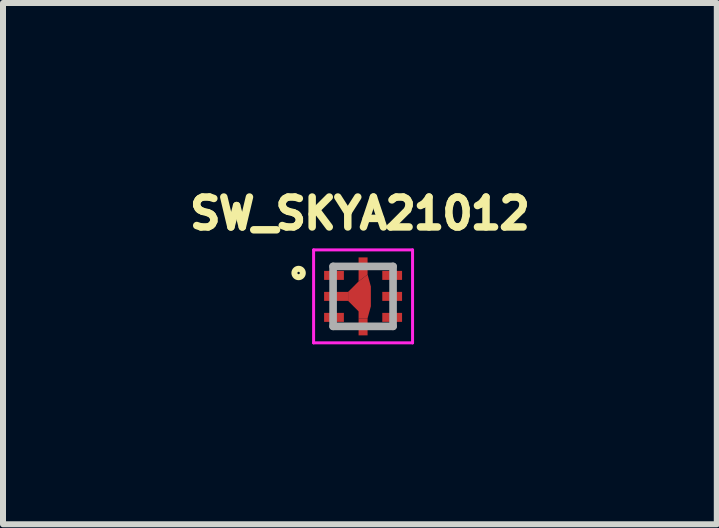
<source format=kicad_pcb>
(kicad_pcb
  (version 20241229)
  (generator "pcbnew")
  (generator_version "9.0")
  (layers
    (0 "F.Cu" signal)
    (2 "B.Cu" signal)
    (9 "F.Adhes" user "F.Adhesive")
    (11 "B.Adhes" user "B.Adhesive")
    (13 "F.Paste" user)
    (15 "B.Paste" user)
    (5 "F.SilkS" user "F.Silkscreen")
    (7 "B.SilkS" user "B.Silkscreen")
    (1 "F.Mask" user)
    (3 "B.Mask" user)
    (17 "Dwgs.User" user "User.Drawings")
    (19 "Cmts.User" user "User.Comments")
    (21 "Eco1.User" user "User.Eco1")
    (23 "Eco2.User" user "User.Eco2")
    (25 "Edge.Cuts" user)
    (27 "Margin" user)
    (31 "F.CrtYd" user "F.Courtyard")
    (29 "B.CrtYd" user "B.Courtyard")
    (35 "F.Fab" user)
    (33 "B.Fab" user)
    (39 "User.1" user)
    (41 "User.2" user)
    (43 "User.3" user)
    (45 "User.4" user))
  (footprint "SW_SKYA21012"
    (layer "F.Cu")
    (at 3.004 1.892)
    (property "Reference" "SW_SKYA21012" (at -0.053 -1.382 0) (layer "F.SilkS") (effects (font (size 0.499 0.499) (thickness 0.15))))
    (attr through_hole)
    (fp_poly (pts (xy 0.075 -0.365) (xy 0.13 -0.165) (xy 0.13 0.165) (xy 0.075 0.365) (xy -0.075 0.365) (xy -0.075 0.25) (xy -0.25 0.075) (xy -0.25 -0.075) (xy -0.162 -0.162) (xy -0.075 -0.25) (xy 0.075 -0.365)) (stroke (width 0) (type solid)) (fill yes) (layer "F.Cu"))
    (fp_poly (pts (xy -0.1 -0.675) (xy 0.1 -0.675) (xy 0.1 -0.375) (xy 0.15 -0.175) (xy 0.15 0.175) (xy 0.1 0.375) (xy 0.1 0.675) (xy -0.1 0.675) (xy -0.1 0.25) (xy -0.25 0.1) (xy -0.675 0.1) (xy -0.675 -0.1) (xy -0.275 -0.1) (xy -0.25 -0.1) (xy -0.1 -0.25)) (stroke (width 0.001) (type solid)) (fill yes) (layer "F.Mask"))
    (fp_circle (center -1.075 -0.39) (end -1.005 -0.39) (stroke (width 0.1) (type solid)) (fill no) (layer "F.SilkS"))
    (fp_poly (pts (xy -0.25 -0.075) (xy -0.65 -0.075) (xy -0.65 0.075) (xy -0.25 0.075)) (stroke (width 0) (type solid)) (fill yes) (layer "F.Paste"))
    (fp_poly (pts (xy -0.075 -0.65) (xy 0.075 -0.65) (xy 0.075 -0.365) (xy -0.075 -0.25)) (stroke (width 0) (type solid)) (fill yes) (layer "F.Paste"))
    (fp_poly (pts (xy 0.075 0.65) (xy -0.075 0.65) (xy -0.075 0.365) (xy 0.075 0.365)) (stroke (width 0) (type solid)) (fill yes) (layer "F.Paste"))
    (fp_poly (pts (xy 0.075 -0.365) (xy 0.13 -0.165) (xy 0.13 0.165) (xy 0.075 0.365) (xy -0.075 0.365) (xy -0.075 0.25) (xy -0.25 0.075) (xy -0.25 -0.075) (xy -0.162 -0.162) (xy -0.075 -0.25) (xy 0.075 -0.365)) (stroke (width 0) (type solid)) (fill yes) (layer "F.Paste"))
    (fp_line (start -0.825 -0.775) (end 0.825 -0.775) (stroke (width 0.05) (type solid)) (layer "F.CrtYd"))
    (fp_line (start -0.825 0.775) (end -0.825 -0.775) (stroke (width 0.05) (type solid)) (layer "F.CrtYd"))
    (fp_line (start 0.825 -0.775) (end 0.825 0.775) (stroke (width 0.05) (type solid)) (layer "F.CrtYd"))
    (fp_line (start 0.825 0.775) (end -0.825 0.775) (stroke (width 0.05) (type solid)) (layer "F.CrtYd"))
    (fp_line (start -0.5 -0.5) (end 0.5 -0.5) (stroke (width 0.127) (type solid)) (layer "F.Fab"))
    (fp_line (start -0.5 0.5) (end -0.5 -0.5) (stroke (width 0.127) (type solid)) (layer "F.Fab"))
    (fp_line (start 0.5 -0.5) (end 0.5 0.5) (stroke (width 0.127) (type solid)) (layer "F.Fab"))
    (fp_line (start 0.5 0.5) (end -0.5 0.5) (stroke (width 0.127) (type solid)) (layer "F.Fab"))
    (pad "1" smd rect (at -0.485 -0.35) (size 0.33 0.15) (layers "F.Cu" "F.Mask" "F.Paste"))
    (pad "2" smd custom (at -0.51 0) (size 0.1 0.1) (layers "F.Cu") (options (anchor rect)) (primitives (gr_poly (pts (xy 0.26 -0.075) (xy -0.14 -0.075) (xy -0.14 0.075) (xy 0.26 0.075)) (width 0) (fill yes))))
    (pad "2_1" smd custom (at 0 0.555) (size 0.1 0.1) (layers "F.Cu") (options (anchor rect)) (primitives (gr_poly (pts (xy 0.075 0.095) (xy -0.075 0.095) (xy -0.075 -0.19) (xy 0.075 -0.19)) (width 0) (fill yes))))
    (pad "2_2" smd custom (at 0 -0.555) (size 0.1 0.1) (layers "F.Cu") (options (anchor rect)) (primitives (gr_poly (pts (xy -0.075 -0.095) (xy 0.075 -0.095) (xy 0.075 0.19) (xy -0.075 0.305)) (width 0) (fill yes))))
    (pad "3" smd rect (at -0.485 0.35) (size 0.33 0.15) (layers "F.Cu" "F.Mask" "F.Paste"))
    (pad "4" smd rect (at 0.485 0.35) (size 0.33 0.15) (layers "F.Cu" "F.Mask" "F.Paste"))
    (pad "5" smd rect (at 0.485 0) (size 0.33 0.15) (layers "F.Cu" "F.Mask" "F.Paste"))
    (pad "6" smd rect (at 0.485 -0.35) (size 0.33 0.15) (layers "F.Cu" "F.Mask" "F.Paste")))
  (gr_rect
    (start -3 -3)
    (end 8.902 5.692)
    (stroke (width 0.1) (type default))
    (fill no)
    (layer "Edge.Cuts")))
</source>
